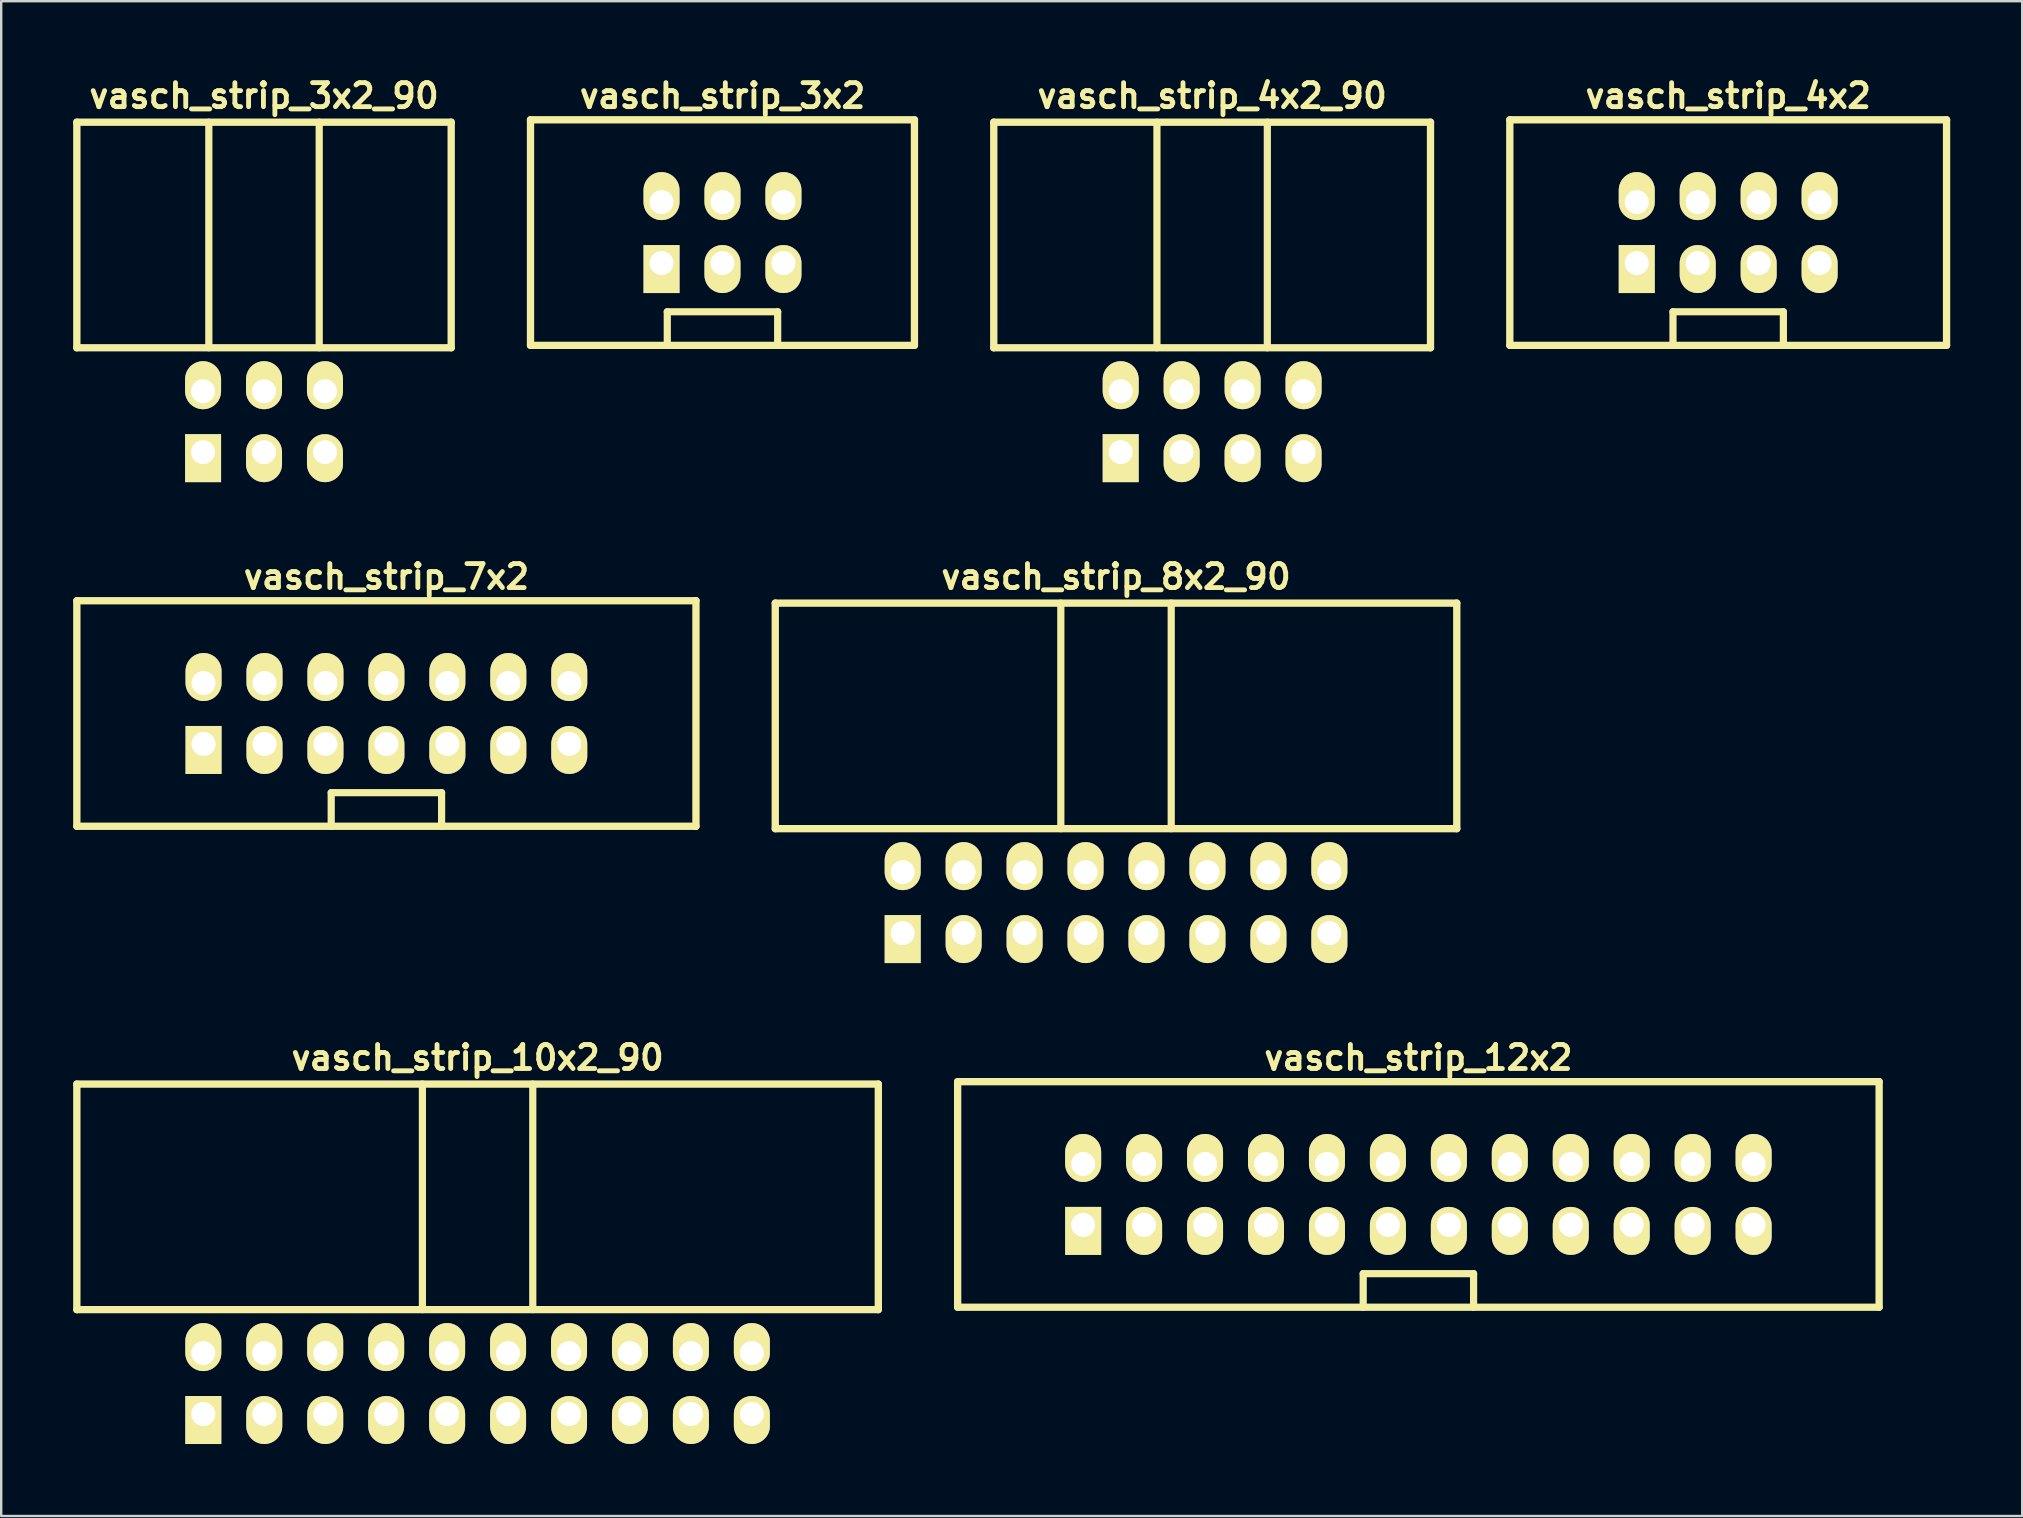
<source format=kicad_pcb>
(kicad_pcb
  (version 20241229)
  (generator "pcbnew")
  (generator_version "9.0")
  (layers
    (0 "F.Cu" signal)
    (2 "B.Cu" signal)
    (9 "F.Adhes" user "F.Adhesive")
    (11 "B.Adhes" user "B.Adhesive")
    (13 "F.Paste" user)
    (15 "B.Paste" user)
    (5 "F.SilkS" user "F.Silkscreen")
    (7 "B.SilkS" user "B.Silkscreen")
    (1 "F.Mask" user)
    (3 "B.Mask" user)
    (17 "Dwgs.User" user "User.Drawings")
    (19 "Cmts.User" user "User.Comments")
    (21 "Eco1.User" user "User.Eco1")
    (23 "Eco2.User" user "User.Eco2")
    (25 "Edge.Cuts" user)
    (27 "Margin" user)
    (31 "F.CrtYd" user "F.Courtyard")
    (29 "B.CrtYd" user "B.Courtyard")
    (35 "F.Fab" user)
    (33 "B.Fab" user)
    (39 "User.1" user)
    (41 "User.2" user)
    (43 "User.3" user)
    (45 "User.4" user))
  (footprint "vasch_strip_4x2_90"
    (layer "F.Cu")
    (at 47.462 9.442)
    (property "Reference" "vasch_strip_4x2_90" (at 0 -8.5 0) (layer "F.SilkS") (effects (font (size 1 1) (thickness 0.203))))
    (attr through_hole)
    (fp_line (start -9.1 -7.4) (end -9.1 2) (stroke (width 0.305) (type solid)) (layer "F.SilkS"))
    (fp_line (start -9.1 2) (end 9.1 2) (stroke (width 0.305) (type solid)) (layer "F.SilkS"))
    (fp_line (start -2.3 -7.4) (end -2.3 2) (stroke (width 0.3) (type solid)) (layer "F.SilkS"))
    (fp_line (start 2.3 -7.4) (end 2.3 2) (stroke (width 0.3) (type solid)) (layer "F.SilkS"))
    (fp_line (start 9.1 -7.4) (end -9.1 -7.4) (stroke (width 0.305) (type solid)) (layer "F.SilkS"))
    (fp_line (start 9.1 -7.4) (end 9.1 2) (stroke (width 0.305) (type solid)) (layer "F.SilkS"))
    (pad "1" thru_hole rect (at -3.81 6.35) (size 1.5 2) (drill 1 (offset 0 0.25)) (layers "*.Cu" "*.Mask" "F.SilkS"))
    (pad "2" thru_hole oval (at -3.81 3.81) (size 1.5 2) (drill 1 (offset 0 -0.25)) (layers "*.Cu" "*.Mask" "F.SilkS"))
    (pad "3" thru_hole oval (at -1.27 6.35) (size 1.5 2) (drill 1 (offset 0 0.25)) (layers "*.Cu" "*.Mask" "F.SilkS"))
    (pad "4" thru_hole oval (at -1.27 3.81) (size 1.5 2) (drill 1 (offset 0 -0.25)) (layers "*.Cu" "*.Mask" "F.SilkS"))
    (pad "5" thru_hole oval (at 1.27 6.35) (size 1.5 2) (drill 1 (offset 0 0.25)) (layers "*.Cu" "*.Mask" "F.SilkS"))
    (pad "6" thru_hole oval (at 1.27 3.81) (size 1.5 2) (drill 1 (offset 0 -0.25)) (layers "*.Cu" "*.Mask" "F.SilkS"))
    (pad "7" thru_hole oval (at 3.81 6.35) (size 1.5 2) (drill 1 (offset 0 0.25)) (layers "*.Cu" "*.Mask" "F.SilkS"))
    (pad "8" thru_hole oval (at 3.81 3.81) (size 1.5 2) (drill 1 (offset 0 -0.25)) (layers "*.Cu" "*.Mask" "F.SilkS")))
  (footprint "vasch_strip_7x2"
    (layer "F.Cu")
    (at 13.052 26.683)
    (property "Reference" "vasch_strip_7x2" (at 0 -5.7 0) (layer "F.SilkS") (effects (font (size 1 1) (thickness 0.203))))
    (attr through_hole)
    (fp_line (start -12.9 -4.7) (end -12.9 4.7) (stroke (width 0.305) (type solid)) (layer "F.SilkS"))
    (fp_line (start -12.9 4.7) (end 12.9 4.7) (stroke (width 0.305) (type solid)) (layer "F.SilkS"))
    (fp_line (start -2.3 3.3) (end -2.3 4.7) (stroke (width 0.3) (type solid)) (layer "F.SilkS"))
    (fp_line (start 2.3 3.3) (end -2.3 3.3) (stroke (width 0.3) (type solid)) (layer "F.SilkS"))
    (fp_line (start 2.3 4.7) (end 2.3 3.3) (stroke (width 0.3) (type solid)) (layer "F.SilkS"))
    (fp_line (start 12.9 -4.7) (end -12.9 -4.7) (stroke (width 0.305) (type solid)) (layer "F.SilkS"))
    (fp_line (start 12.9 -4.7) (end 12.9 4.7) (stroke (width 0.305) (type solid)) (layer "F.SilkS"))
    (pad "1" thru_hole rect (at -7.62 1.27) (size 1.5 2) (drill 1 (offset 0 0.25)) (layers "*.Cu" "*.Mask" "F.SilkS"))
    (pad "2" thru_hole oval (at -7.62 -1.27) (size 1.5 2) (drill 1 (offset 0 -0.25)) (layers "*.Cu" "*.Mask" "F.SilkS"))
    (pad "3" thru_hole oval (at -5.08 1.27) (size 1.5 2) (drill 1 (offset 0 0.25)) (layers "*.Cu" "*.Mask" "F.SilkS"))
    (pad "4" thru_hole oval (at -5.08 -1.27) (size 1.5 2) (drill 1 (offset 0 -0.25)) (layers "*.Cu" "*.Mask" "F.SilkS"))
    (pad "5" thru_hole oval (at -2.54 1.27) (size 1.5 2) (drill 1 (offset 0 0.25)) (layers "*.Cu" "*.Mask" "F.SilkS"))
    (pad "6" thru_hole oval (at -2.54 -1.27) (size 1.5 2) (drill 1 (offset 0 -0.25)) (layers "*.Cu" "*.Mask" "F.SilkS"))
    (pad "7" thru_hole oval (at 0 1.27) (size 1.5 2) (drill 1 (offset 0 0.25)) (layers "*.Cu" "*.Mask" "F.SilkS"))
    (pad "8" thru_hole oval (at 0 -1.27) (size 1.5 2) (drill 1 (offset 0 -0.25)) (layers "*.Cu" "*.Mask" "F.SilkS"))
    (pad "9" thru_hole oval (at 2.54 1.27) (size 1.5 2) (drill 1 (offset 0 0.25)) (layers "*.Cu" "*.Mask" "F.SilkS"))
    (pad "10" thru_hole oval (at 2.54 -1.27) (size 1.5 2) (drill 1 (offset 0 -0.25)) (layers "*.Cu" "*.Mask" "F.SilkS"))
    (pad "11" thru_hole oval (at 5.08 1.27) (size 1.5 2) (drill 1 (offset 0 0.25)) (layers "*.Cu" "*.Mask" "F.SilkS"))
    (pad "12" thru_hole oval (at 5.08 -1.27) (size 1.5 2) (drill 1 (offset 0 -0.25)) (layers "*.Cu" "*.Mask" "F.SilkS"))
    (pad "13" thru_hole oval (at 7.62 1.27) (size 1.5 2) (drill 1 (offset 0 0.25)) (layers "*.Cu" "*.Mask" "F.SilkS"))
    (pad "14" thru_hole oval (at 7.62 -1.27) (size 1.5 2) (drill 1 (offset 0 -0.25)) (layers "*.Cu" "*.Mask" "F.SilkS")))
  (footprint "vasch_strip_10x2_90"
    (layer "F.Cu")
    (at 16.852 49.525)
    (property "Reference" "vasch_strip_10x2_90" (at 0 -8.5 0) (layer "F.SilkS") (effects (font (size 1 1) (thickness 0.203))))
    (attr through_hole)
    (fp_line (start -16.7 -7.4) (end -16.7 2) (stroke (width 0.305) (type solid)) (layer "F.SilkS"))
    (fp_line (start -16.7 2) (end 16.7 2) (stroke (width 0.305) (type solid)) (layer "F.SilkS"))
    (fp_line (start -2.3 -7.4) (end -2.3 2) (stroke (width 0.3) (type solid)) (layer "F.SilkS"))
    (fp_line (start 2.3 -7.4) (end 2.3 2) (stroke (width 0.3) (type solid)) (layer "F.SilkS"))
    (fp_line (start 16.7 -7.4) (end -16.7 -7.4) (stroke (width 0.305) (type solid)) (layer "F.SilkS"))
    (fp_line (start 16.7 -7.4) (end 16.7 2) (stroke (width 0.305) (type solid)) (layer "F.SilkS"))
    (pad "1" thru_hole rect (at -11.43 6.35) (size 1.5 2) (drill 1 (offset 0 0.25)) (layers "*.Cu" "*.Mask" "F.SilkS"))
    (pad "2" thru_hole oval (at -11.43 3.81) (size 1.5 2) (drill 1 (offset 0 -0.25)) (layers "*.Cu" "*.Mask" "F.SilkS"))
    (pad "3" thru_hole oval (at -8.89 6.35) (size 1.5 2) (drill 1 (offset 0 0.25)) (layers "*.Cu" "*.Mask" "F.SilkS"))
    (pad "4" thru_hole oval (at -8.89 3.81) (size 1.5 2) (drill 1 (offset 0 -0.25)) (layers "*.Cu" "*.Mask" "F.SilkS"))
    (pad "5" thru_hole oval (at -6.35 6.35) (size 1.5 2) (drill 1 (offset 0 0.25)) (layers "*.Cu" "*.Mask" "F.SilkS"))
    (pad "6" thru_hole oval (at -6.35 3.81) (size 1.5 2) (drill 1 (offset 0 -0.25)) (layers "*.Cu" "*.Mask" "F.SilkS"))
    (pad "7" thru_hole oval (at -3.81 6.35) (size 1.5 2) (drill 1 (offset 0 0.25)) (layers "*.Cu" "*.Mask" "F.SilkS"))
    (pad "8" thru_hole oval (at -3.81 3.81) (size 1.5 2) (drill 1 (offset 0 -0.25)) (layers "*.Cu" "*.Mask" "F.SilkS"))
    (pad "9" thru_hole oval (at -1.27 6.35) (size 1.5 2) (drill 1 (offset 0 0.25)) (layers "*.Cu" "*.Mask" "F.SilkS"))
    (pad "10" thru_hole oval (at -1.27 3.81) (size 1.5 2) (drill 1 (offset 0 -0.25)) (layers "*.Cu" "*.Mask" "F.SilkS"))
    (pad "11" thru_hole oval (at 1.27 6.35) (size 1.5 2) (drill 1 (offset 0 0.25)) (layers "*.Cu" "*.Mask" "F.SilkS"))
    (pad "12" thru_hole oval (at 1.27 3.81) (size 1.5 2) (drill 1 (offset 0 -0.25)) (layers "*.Cu" "*.Mask" "F.SilkS"))
    (pad "13" thru_hole oval (at 3.81 6.35) (size 1.5 2) (drill 1 (offset 0 0.25)) (layers "*.Cu" "*.Mask" "F.SilkS"))
    (pad "14" thru_hole oval (at 3.81 3.81) (size 1.5 2) (drill 1 (offset 0 -0.25)) (layers "*.Cu" "*.Mask" "F.SilkS"))
    (pad "15" thru_hole oval (at 6.35 6.35) (size 1.5 2) (drill 1 (offset 0 0.25)) (layers "*.Cu" "*.Mask" "F.SilkS"))
    (pad "16" thru_hole oval (at 6.35 3.81) (size 1.5 2) (drill 1 (offset 0 -0.25)) (layers "*.Cu" "*.Mask" "F.SilkS"))
    (pad "17" thru_hole oval (at 8.89 6.35) (size 1.5 2) (drill 1 (offset 0 0.25)) (layers "*.Cu" "*.Mask" "F.SilkS"))
    (pad "18" thru_hole oval (at 8.89 3.81) (size 1.5 2) (drill 1 (offset 0 -0.25)) (layers "*.Cu" "*.Mask" "F.SilkS"))
    (pad "19" thru_hole oval (at 11.43 6.35) (size 1.5 2) (drill 1 (offset 0 0.25)) (layers "*.Cu" "*.Mask" "F.SilkS"))
    (pad "20" thru_hole oval (at 11.43 3.81) (size 1.5 2) (drill 1 (offset 0 -0.25)) (layers "*.Cu" "*.Mask" "F.SilkS")))
  (footprint "vasch_strip_4x2"
    (layer "F.Cu")
    (at 68.967 6.642)
    (property "Reference" "vasch_strip_4x2" (at 0 -5.7 0) (layer "F.SilkS") (effects (font (size 1 1) (thickness 0.203))))
    (attr through_hole)
    (fp_line (start -9.1 -4.7) (end -9.1 4.7) (stroke (width 0.305) (type solid)) (layer "F.SilkS"))
    (fp_line (start -9.1 4.7) (end 9.1 4.7) (stroke (width 0.305) (type solid)) (layer "F.SilkS"))
    (fp_line (start -2.3 3.3) (end -2.3 4.7) (stroke (width 0.3) (type solid)) (layer "F.SilkS"))
    (fp_line (start 2.3 3.3) (end -2.3 3.3) (stroke (width 0.3) (type solid)) (layer "F.SilkS"))
    (fp_line (start 2.3 4.7) (end 2.3 3.3) (stroke (width 0.3) (type solid)) (layer "F.SilkS"))
    (fp_line (start 9.1 -4.7) (end -9.1 -4.7) (stroke (width 0.305) (type solid)) (layer "F.SilkS"))
    (fp_line (start 9.1 -4.7) (end 9.1 4.7) (stroke (width 0.305) (type solid)) (layer "F.SilkS"))
    (pad "1" thru_hole rect (at -3.81 1.27) (size 1.5 2) (drill 1 (offset 0 0.25)) (layers "*.Cu" "*.Mask" "F.SilkS"))
    (pad "2" thru_hole oval (at -3.81 -1.27) (size 1.5 2) (drill 1 (offset 0 -0.25)) (layers "*.Cu" "*.Mask" "F.SilkS"))
    (pad "3" thru_hole oval (at -1.27 1.27) (size 1.5 2) (drill 1 (offset 0 0.25)) (layers "*.Cu" "*.Mask" "F.SilkS"))
    (pad "4" thru_hole oval (at -1.27 -1.27) (size 1.5 2) (drill 1 (offset 0 -0.25)) (layers "*.Cu" "*.Mask" "F.SilkS"))
    (pad "5" thru_hole oval (at 1.27 1.27) (size 1.5 2) (drill 1 (offset 0 0.25)) (layers "*.Cu" "*.Mask" "F.SilkS"))
    (pad "6" thru_hole oval (at 1.27 -1.27) (size 1.5 2) (drill 1 (offset 0 -0.25)) (layers "*.Cu" "*.Mask" "F.SilkS"))
    (pad "7" thru_hole oval (at 3.81 1.27) (size 1.5 2) (drill 1 (offset 0 0.25)) (layers "*.Cu" "*.Mask" "F.SilkS"))
    (pad "8" thru_hole oval (at 3.81 -1.27) (size 1.5 2) (drill 1 (offset 0 -0.25)) (layers "*.Cu" "*.Mask" "F.SilkS")))
  (footprint "vasch_strip_3x2_90"
    (layer "F.Cu")
    (at 7.952 9.442)
    (property "Reference" "vasch_strip_3x2_90" (at 0 -8.5 0) (layer "F.SilkS") (effects (font (size 1 1) (thickness 0.203))))
    (attr through_hole)
    (fp_line (start -7.8 -7.4) (end -7.8 2) (stroke (width 0.305) (type solid)) (layer "F.SilkS"))
    (fp_line (start -7.8 2) (end 7.8 2) (stroke (width 0.305) (type solid)) (layer "F.SilkS"))
    (fp_line (start -2.3 -7.4) (end -2.3 2) (stroke (width 0.3) (type solid)) (layer "F.SilkS"))
    (fp_line (start 2.3 -7.4) (end 2.3 2) (stroke (width 0.3) (type solid)) (layer "F.SilkS"))
    (fp_line (start 7.8 -7.4) (end -7.8 -7.4) (stroke (width 0.305) (type solid)) (layer "F.SilkS"))
    (fp_line (start 7.8 -7.4) (end 7.8 2) (stroke (width 0.305) (type solid)) (layer "F.SilkS"))
    (pad "1" thru_hole rect (at -2.54 6.35) (size 1.5 2) (drill 1 (offset 0 0.25)) (layers "*.Cu" "*.Mask" "F.SilkS"))
    (pad "2" thru_hole oval (at -2.54 3.81) (size 1.5 2) (drill 1 (offset 0 -0.25)) (layers "*.Cu" "*.Mask" "F.SilkS"))
    (pad "3" thru_hole oval (at 0 6.35) (size 1.5 2) (drill 1 (offset 0 0.25)) (layers "*.Cu" "*.Mask" "F.SilkS"))
    (pad "4" thru_hole oval (at 0 3.81) (size 1.5 2) (drill 1 (offset 0 -0.25)) (layers "*.Cu" "*.Mask" "F.SilkS"))
    (pad "5" thru_hole oval (at 2.54 6.35) (size 1.5 2) (drill 1 (offset 0 0.25)) (layers "*.Cu" "*.Mask" "F.SilkS"))
    (pad "6" thru_hole oval (at 2.54 3.81) (size 1.5 2) (drill 1 (offset 0 -0.25)) (layers "*.Cu" "*.Mask" "F.SilkS")))
  (footprint "vasch_strip_3x2"
    (layer "F.Cu")
    (at 27.057 6.642)
    (property "Reference" "vasch_strip_3x2" (at 0 -5.7 0) (layer "F.SilkS") (effects (font (size 1 1) (thickness 0.203))))
    (attr through_hole)
    (fp_line (start -8 -4.7) (end -8 4.7) (stroke (width 0.305) (type solid)) (layer "F.SilkS"))
    (fp_line (start -8 4.7) (end 8 4.7) (stroke (width 0.305) (type solid)) (layer "F.SilkS"))
    (fp_line (start -2.3 3.3) (end -2.3 4.7) (stroke (width 0.3) (type solid)) (layer "F.SilkS"))
    (fp_line (start 2.3 3.3) (end -2.3 3.3) (stroke (width 0.3) (type solid)) (layer "F.SilkS"))
    (fp_line (start 2.3 4.7) (end 2.3 3.3) (stroke (width 0.3) (type solid)) (layer "F.SilkS"))
    (fp_line (start 8 -4.7) (end -8 -4.7) (stroke (width 0.305) (type solid)) (layer "F.SilkS"))
    (fp_line (start 8 -4.7) (end 8 4.7) (stroke (width 0.305) (type solid)) (layer "F.SilkS"))
    (pad "1" thru_hole rect (at -2.54 1.27) (size 1.5 2) (drill 1 (offset 0 0.25)) (layers "*.Cu" "*.Mask" "F.SilkS"))
    (pad "2" thru_hole oval (at -2.54 -1.27) (size 1.5 2) (drill 1 (offset 0 -0.25)) (layers "*.Cu" "*.Mask" "F.SilkS"))
    (pad "3" thru_hole oval (at 0 1.27) (size 1.5 2) (drill 1 (offset 0 0.25)) (layers "*.Cu" "*.Mask" "F.SilkS"))
    (pad "4" thru_hole oval (at 0 -1.27) (size 1.5 2) (drill 1 (offset 0 -0.25)) (layers "*.Cu" "*.Mask" "F.SilkS"))
    (pad "5" thru_hole oval (at 2.54 1.27) (size 1.5 2) (drill 1 (offset 0 0.25)) (layers "*.Cu" "*.Mask" "F.SilkS"))
    (pad "6" thru_hole oval (at 2.54 -1.27) (size 1.5 2) (drill 1 (offset 0 -0.25)) (layers "*.Cu" "*.Mask" "F.SilkS")))
  (footprint "vasch_strip_12x2"
    (layer "F.Cu")
    (at 56.057 46.725)
    (property "Reference" "vasch_strip_12x2" (at 0 -5.7 0) (layer "F.SilkS") (effects (font (size 1 1) (thickness 0.203))))
    (attr through_hole)
    (fp_line (start -19.2 -4.7) (end -19.2 4.7) (stroke (width 0.305) (type solid)) (layer "F.SilkS"))
    (fp_line (start -19.2 4.7) (end 19.2 4.7) (stroke (width 0.305) (type solid)) (layer "F.SilkS"))
    (fp_line (start -2.3 3.3) (end -2.3 4.7) (stroke (width 0.3) (type solid)) (layer "F.SilkS"))
    (fp_line (start 2.3 3.3) (end -2.3 3.3) (stroke (width 0.3) (type solid)) (layer "F.SilkS"))
    (fp_line (start 2.3 4.7) (end 2.3 3.3) (stroke (width 0.3) (type solid)) (layer "F.SilkS"))
    (fp_line (start 19.2 -4.7) (end -19.2 -4.7) (stroke (width 0.305) (type solid)) (layer "F.SilkS"))
    (fp_line (start 19.2 -4.7) (end 19.2 4.7) (stroke (width 0.305) (type solid)) (layer "F.SilkS"))
    (pad "1" thru_hole rect (at -13.97 1.27) (size 1.5 2) (drill 1 (offset 0 0.25)) (layers "*.Cu" "*.Mask" "F.SilkS"))
    (pad "2" thru_hole oval (at -13.97 -1.27) (size 1.5 2) (drill 1 (offset 0 -0.25)) (layers "*.Cu" "*.Mask" "F.SilkS"))
    (pad "3" thru_hole oval (at -11.43 1.27) (size 1.5 2) (drill 1 (offset 0 0.25)) (layers "*.Cu" "*.Mask" "F.SilkS"))
    (pad "4" thru_hole oval (at -11.43 -1.27) (size 1.5 2) (drill 1 (offset 0 -0.25)) (layers "*.Cu" "*.Mask" "F.SilkS"))
    (pad "5" thru_hole oval (at -8.89 1.27) (size 1.5 2) (drill 1 (offset 0 0.25)) (layers "*.Cu" "*.Mask" "F.SilkS"))
    (pad "6" thru_hole oval (at -8.89 -1.27) (size 1.5 2) (drill 1 (offset 0 -0.25)) (layers "*.Cu" "*.Mask" "F.SilkS"))
    (pad "7" thru_hole oval (at -6.35 1.27) (size 1.5 2) (drill 1 (offset 0 0.25)) (layers "*.Cu" "*.Mask" "F.SilkS"))
    (pad "8" thru_hole oval (at -6.35 -1.27) (size 1.5 2) (drill 1 (offset 0 -0.25)) (layers "*.Cu" "*.Mask" "F.SilkS"))
    (pad "9" thru_hole oval (at -3.81 1.27) (size 1.5 2) (drill 1 (offset 0 0.25)) (layers "*.Cu" "*.Mask" "F.SilkS"))
    (pad "10" thru_hole oval (at -3.81 -1.27) (size 1.5 2) (drill 1 (offset 0 -0.25)) (layers "*.Cu" "*.Mask" "F.SilkS"))
    (pad "11" thru_hole oval (at -1.27 1.27) (size 1.5 2) (drill 1 (offset 0 0.25)) (layers "*.Cu" "*.Mask" "F.SilkS"))
    (pad "12" thru_hole oval (at -1.27 -1.27) (size 1.5 2) (drill 1 (offset 0 -0.25)) (layers "*.Cu" "*.Mask" "F.SilkS"))
    (pad "13" thru_hole oval (at 1.27 1.27) (size 1.5 2) (drill 1 (offset 0 0.25)) (layers "*.Cu" "*.Mask" "F.SilkS"))
    (pad "14" thru_hole oval (at 1.27 -1.27) (size 1.5 2) (drill 1 (offset 0 -0.25)) (layers "*.Cu" "*.Mask" "F.SilkS"))
    (pad "15" thru_hole oval (at 3.81 1.27) (size 1.5 2) (drill 1 (offset 0 0.25)) (layers "*.Cu" "*.Mask" "F.SilkS"))
    (pad "16" thru_hole oval (at 3.81 -1.27) (size 1.5 2) (drill 1 (offset 0 -0.25)) (layers "*.Cu" "*.Mask" "F.SilkS"))
    (pad "17" thru_hole oval (at 6.35 1.27) (size 1.5 2) (drill 1 (offset 0 0.25)) (layers "*.Cu" "*.Mask" "F.SilkS"))
    (pad "18" thru_hole oval (at 6.35 -1.27) (size 1.5 2) (drill 1 (offset 0 -0.25)) (layers "*.Cu" "*.Mask" "F.SilkS"))
    (pad "19" thru_hole oval (at 8.89 1.27) (size 1.5 2) (drill 1 (offset 0 0.25)) (layers "*.Cu" "*.Mask" "F.SilkS"))
    (pad "20" thru_hole oval (at 8.89 -1.27) (size 1.5 2) (drill 1 (offset 0 -0.25)) (layers "*.Cu" "*.Mask" "F.SilkS"))
    (pad "21" thru_hole oval (at 11.43 1.27) (size 1.5 2) (drill 1 (offset 0 0.25)) (layers "*.Cu" "*.Mask" "F.SilkS"))
    (pad "22" thru_hole oval (at 11.43 -1.27) (size 1.5 2) (drill 1 (offset 0 -0.25)) (layers "*.Cu" "*.Mask" "F.SilkS"))
    (pad "23" thru_hole oval (at 13.97 1.27) (size 1.5 2) (drill 1 (offset 0 0.25)) (layers "*.Cu" "*.Mask" "F.SilkS"))
    (pad "24" thru_hole oval (at 13.97 -1.27) (size 1.5 2) (drill 1 (offset 0 -0.25)) (layers "*.Cu" "*.Mask" "F.SilkS")))
  (footprint "vasch_strip_8x2_90"
    (layer "F.Cu")
    (at 43.457 29.483)
    (property "Reference" "vasch_strip_8x2_90" (at 0 -8.5 0) (layer "F.SilkS") (effects (font (size 1 1) (thickness 0.203))))
    (attr through_hole)
    (fp_line (start -14.2 -7.4) (end -14.2 2) (stroke (width 0.305) (type solid)) (layer "F.SilkS"))
    (fp_line (start -14.2 2) (end 14.2 2) (stroke (width 0.305) (type solid)) (layer "F.SilkS"))
    (fp_line (start -2.3 -7.4) (end -2.3 2) (stroke (width 0.3) (type solid)) (layer "F.SilkS"))
    (fp_line (start 2.3 -7.4) (end 2.3 2) (stroke (width 0.3) (type solid)) (layer "F.SilkS"))
    (fp_line (start 14.2 -7.4) (end -14.2 -7.4) (stroke (width 0.305) (type solid)) (layer "F.SilkS"))
    (fp_line (start 14.2 -7.4) (end 14.2 2) (stroke (width 0.305) (type solid)) (layer "F.SilkS"))
    (pad "1" thru_hole rect (at -8.89 6.35) (size 1.5 2) (drill 1 (offset 0 0.25)) (layers "*.Cu" "*.Mask" "F.SilkS"))
    (pad "2" thru_hole oval (at -8.89 3.81) (size 1.5 2) (drill 1 (offset 0 -0.25)) (layers "*.Cu" "*.Mask" "F.SilkS"))
    (pad "3" thru_hole oval (at -6.35 6.35) (size 1.5 2) (drill 1 (offset 0 0.25)) (layers "*.Cu" "*.Mask" "F.SilkS"))
    (pad "4" thru_hole oval (at -6.35 3.81) (size 1.5 2) (drill 1 (offset 0 -0.25)) (layers "*.Cu" "*.Mask" "F.SilkS"))
    (pad "5" thru_hole oval (at -3.81 6.35) (size 1.5 2) (drill 1 (offset 0 0.25)) (layers "*.Cu" "*.Mask" "F.SilkS"))
    (pad "6" thru_hole oval (at -3.81 3.81) (size 1.5 2) (drill 1 (offset 0 -0.25)) (layers "*.Cu" "*.Mask" "F.SilkS"))
    (pad "7" thru_hole oval (at -1.27 6.35) (size 1.5 2) (drill 1 (offset 0 0.25)) (layers "*.Cu" "*.Mask" "F.SilkS"))
    (pad "8" thru_hole oval (at -1.27 3.81) (size 1.5 2) (drill 1 (offset 0 -0.25)) (layers "*.Cu" "*.Mask" "F.SilkS"))
    (pad "9" thru_hole oval (at 1.27 6.35) (size 1.5 2) (drill 1 (offset 0 0.25)) (layers "*.Cu" "*.Mask" "F.SilkS"))
    (pad "10" thru_hole oval (at 1.27 3.81) (size 1.5 2) (drill 1 (offset 0 -0.25)) (layers "*.Cu" "*.Mask" "F.SilkS"))
    (pad "11" thru_hole oval (at 3.81 6.35) (size 1.5 2) (drill 1 (offset 0 0.25)) (layers "*.Cu" "*.Mask" "F.SilkS"))
    (pad "12" thru_hole oval (at 3.81 3.81) (size 1.5 2) (drill 1 (offset 0 -0.25)) (layers "*.Cu" "*.Mask" "F.SilkS"))
    (pad "13" thru_hole oval (at 6.35 6.35) (size 1.5 2) (drill 1 (offset 0 0.25)) (layers "*.Cu" "*.Mask" "F.SilkS"))
    (pad "14" thru_hole oval (at 6.35 3.81) (size 1.5 2) (drill 1 (offset 0 -0.25)) (layers "*.Cu" "*.Mask" "F.SilkS"))
    (pad "15" thru_hole oval (at 8.89 6.35) (size 1.5 2) (drill 1 (offset 0 0.25)) (layers "*.Cu" "*.Mask" "F.SilkS"))
    (pad "16" thru_hole oval (at 8.89 3.81) (size 1.5 2) (drill 1 (offset 0 -0.25)) (layers "*.Cu" "*.Mask" "F.SilkS")))
  (gr_rect
    (start -3 -3)
    (end 81.219 60.125)
    (stroke (width 0.1) (type default))
    (fill no)
    (layer "Edge.Cuts")))
</source>
